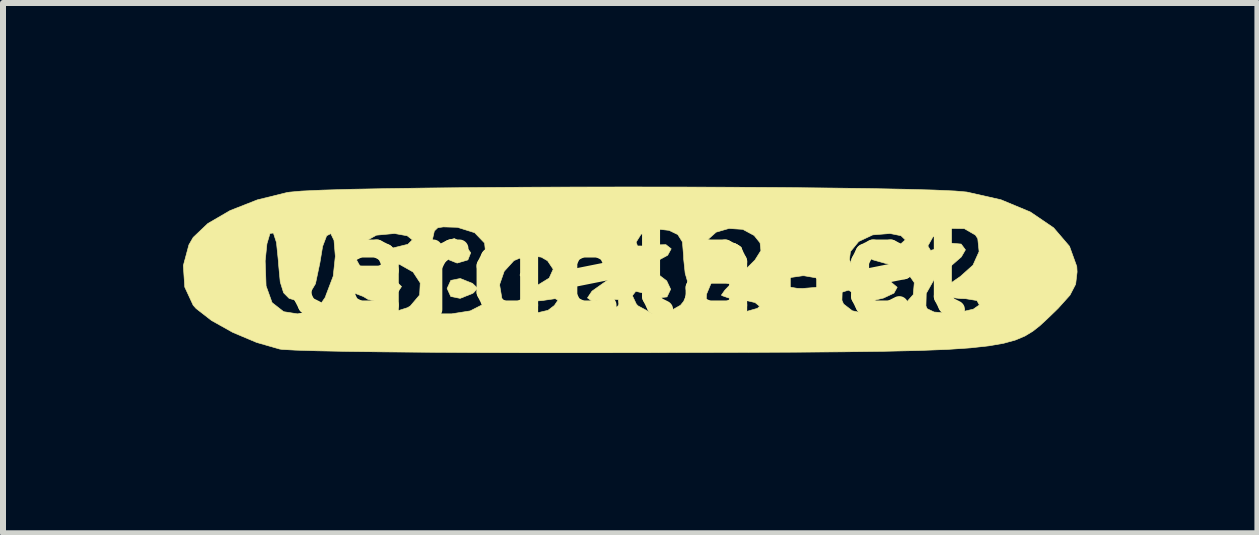
<source format=kicad_pcb>
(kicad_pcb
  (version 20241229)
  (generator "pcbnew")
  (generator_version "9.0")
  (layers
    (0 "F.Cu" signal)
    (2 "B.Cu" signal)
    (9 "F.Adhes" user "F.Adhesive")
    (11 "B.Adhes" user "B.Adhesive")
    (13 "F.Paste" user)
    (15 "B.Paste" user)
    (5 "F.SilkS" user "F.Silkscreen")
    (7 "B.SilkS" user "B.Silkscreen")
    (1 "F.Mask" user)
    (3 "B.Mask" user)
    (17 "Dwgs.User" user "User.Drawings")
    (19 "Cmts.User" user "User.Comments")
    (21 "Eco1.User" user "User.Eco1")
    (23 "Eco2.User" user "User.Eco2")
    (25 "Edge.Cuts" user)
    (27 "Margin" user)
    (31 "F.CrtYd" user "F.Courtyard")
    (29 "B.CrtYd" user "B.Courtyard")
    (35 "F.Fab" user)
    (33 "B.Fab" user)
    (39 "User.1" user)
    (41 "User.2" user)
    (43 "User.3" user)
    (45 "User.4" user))
  (footprint "largelabel"
    (layer "F.Cu")
    (at 7.364 1.418)
    (property "Reference" "largelabel" (at 0 0 0) (layer "F.SilkS") (effects (font (size 1.524 1.524) (thickness 0.3))))
    (attr through_hole)
    (fp_poly (pts (xy -1.553 0.052) (xy -1.566 0.085) (xy -1.678 0.166) (xy -1.703 0.169) (xy -1.749 0.117) (xy -1.736 0.085) (xy -1.624 0.003) (xy -1.599 0) (xy -1.553 0.052)) (stroke (width 0.01) (type solid)) (fill yes) (layer "F.SilkS"))
    (fp_poly (pts (xy -0.457 0.042) (xy -0.466 0.085) (xy -0.588 0.162) (xy -0.645 0.169) (xy -0.729 0.127) (xy -0.72 0.085) (xy -0.598 0.008) (xy -0.54 0) (xy -0.457 0.042)) (stroke (width 0.01) (type solid)) (fill yes) (layer "F.SilkS"))
    (fp_poly (pts (xy -2.67 -0.394) (xy -2.57 -0.256) (xy -2.617 -0.137) (xy -2.792 -0.085) (xy -2.799 -0.085) (xy -2.929 -0.137) (xy -2.963 -0.296) (xy -2.936 -0.467) (xy -2.841 -0.493) (xy -2.67 -0.394)) (stroke (width 0.01) (type solid)) (fill yes) (layer "F.SilkS"))
    (fp_poly (pts (xy -2.54 0.255) (xy -2.456 0.335) (xy -2.523 0.411) (xy -2.54 0.422) (xy -2.746 0.504) (xy -2.902 0.473) (xy -2.963 0.339) (xy -2.901 0.204) (xy -2.744 0.173) (xy -2.54 0.255)) (stroke (width 0.01) (type solid)) (fill yes) (layer "F.SilkS"))
    (fp_poly (pts (xy 0.937 -1.351) (xy 1.796 -1.348) (xy 2.618 -1.343) (xy 3.384 -1.335) (xy 4.074 -1.326) (xy 4.67 -1.314) (xy 5.153 -1.301) (xy 5.504 -1.285) (xy 5.697 -1.268) (xy 6.267 -1.139) (xy 6.757 -0.935) (xy 7.144 -0.672) (xy 7.408 -0.364) (xy 7.53 -0.027) (xy 7.535 0.063) (xy 7.511 0.268) (xy 7.416 0.451) (xy 7.221 0.668) (xy 7.165 0.723) (xy 7.034 0.849) (xy 6.915 0.959) (xy 6.797 1.052) (xy 6.665 1.132) (xy 6.508 1.198) (xy 6.313 1.252) (xy 6.067 1.295) (xy 5.758 1.329) (xy 5.373 1.355) (xy 4.899 1.373) (xy 4.324 1.386) (xy 3.634 1.395) (xy 2.818 1.401) (xy 1.863 1.404) (xy 0.756 1.407) (xy 0.296 1.409) (xy -0.679 1.41) (xy -1.613 1.41) (xy -2.49 1.407) (xy -3.294 1.402) (xy -4.012 1.396) (xy -4.627 1.388) (xy -5.125 1.378) (xy -5.49 1.367) (xy -5.708 1.355) (xy -5.753 1.349) (xy -6.139 1.238) (xy -6.535 1.071) (xy -6.889 0.873) (xy -7.146 0.673) (xy -7.195 0.618) (xy -7.335 0.316) (xy -7.359 -0.042) (xy -7.338 -0.12) (xy -5.995 -0.12) (xy -5.98 0.297) (xy -5.88 0.575) (xy -5.687 0.726) (xy -5.458 0.762) (xy -5.234 0.732) (xy -5.079 0.611) (xy -4.994 0.487) (xy -4.98 0.447) (xy -4.632 0.447) (xy -4.614 0.574) (xy -4.569 0.639) (xy -4.404 0.727) (xy -4.147 0.759) (xy -3.864 0.736) (xy -3.622 0.659) (xy -3.575 0.63) (xy -3.421 0.448) (xy -3.411 0.247) (xy -3.53 0.065) (xy -3.57 0.042) (xy -3.217 0.042) (xy -3.217 0.762) (xy -2.888 0.762) (xy -2.578 0.713) (xy -2.362 0.603) (xy -2.229 0.466) (xy -2.223 0.329) (xy -2.244 0.275) (xy -2.089 0.275) (xy -2.051 0.502) (xy -1.987 0.596) (xy -1.781 0.722) (xy -1.521 0.759) (xy -1.281 0.703) (xy -1.175 0.622) (xy -1.116 0.534) (xy -1.162 0.509) (xy -1.342 0.535) (xy -1.369 0.54) (xy -1.616 0.558) (xy -1.726 0.511) (xy -1.687 0.419) (xy -1.686 0.419) (xy -0.997 0.419) (xy -0.878 0.633) (xy -0.71 0.719) (xy -0.483 0.746) (xy -0.263 0.717) (xy -0.119 0.634) (xy -0.101 0.601) (xy -0.111 0.525) (xy -0.237 0.519) (xy -0.324 0.535) (xy -0.548 0.552) (xy -0.624 0.496) (xy -0.599 0.459) (xy 0.124 0.459) (xy 0.19 0.599) (xy 0.217 0.628) (xy 0.444 0.75) (xy 0.703 0.745) (xy 0.926 0.619) (xy 0.979 0.554) (xy 1.06 0.362) (xy 1.048 0.237) (xy 1.004 0.086) (xy 0.979 -0.15) (xy 0.977 -0.209) (xy 0.963 -0.378) (xy 1.355 -0.378) (xy 1.406 -0.267) (xy 1.514 -0.28) (xy 1.566 -0.339) (xy 1.682 -0.413) (xy 1.833 -0.413) (xy 1.937 -0.347) (xy 1.947 -0.306) (xy 1.885 -0.187) (xy 1.728 -0.026) (xy 1.651 0.037) (xy 1.443 0.235) (xy 1.36 0.434) (xy 1.355 0.517) (xy 1.362 0.664) (xy 1.412 0.736) (xy 1.548 0.756) (xy 1.799 0.745) (xy 2.048 0.716) (xy 2.209 0.67) (xy 2.244 0.635) (xy 2.169 0.574) (xy 2.007 0.536) (xy 3.616 0.536) (xy 3.643 0.598) (xy 3.789 0.711) (xy 4.032 0.762) (xy 4.312 0.749) (xy 4.568 0.671) (xy 4.637 0.631) (xy 5.016 0.631) (xy 5.037 0.677) (xy 5.153 0.732) (xy 5.364 0.748) (xy 5.603 0.731) (xy 5.806 0.684) (xy 5.906 0.614) (xy 5.906 0.614) (xy 5.866 0.54) (xy 5.675 0.509) (xy 5.598 0.508) (xy 5.367 0.481) (xy 5.296 0.404) (xy 5.386 0.28) (xy 5.59 0.139) (xy 5.8 -0.049) (xy 5.902 -0.276) (xy 5.88 -0.491) (xy 5.841 -0.551) (xy 5.656 -0.658) (xy 5.413 -0.662) (xy 5.188 -0.569) (xy 5.13 -0.516) (xy 5.048 -0.369) (xy 5.093 -0.295) (xy 5.237 -0.333) (xy 5.253 -0.343) (xy 5.443 -0.415) (xy 5.603 -0.401) (xy 5.673 -0.307) (xy 5.673 -0.303) (xy 5.606 -0.187) (xy 5.44 -0.042) (xy 5.376 0.000088) (xy 5.148 0.197) (xy 5.021 0.422) (xy 5.016 0.631) (xy 4.637 0.631) (xy 4.638 0.63) (xy 4.805 0.441) (xy 4.822 0.242) (xy 4.7 0.066) (xy 4.453 -0.055) (xy 4.357 -0.075) (xy 4.126 -0.14) (xy 4.061 -0.218) (xy 4.161 -0.293) (xy 4.36 -0.339) (xy 4.59 -0.397) (xy 4.672 -0.471) (xy 4.601 -0.54) (xy 4.418 -0.577) (xy 4.13 -0.554) (xy 3.896 -0.444) (xy 3.758 -0.275) (xy 3.741 -0.143) (xy 3.804 -0.009) (xy 3.972 0.084) (xy 4.144 0.133) (xy 4.423 0.224) (xy 4.537 0.319) (xy 4.483 0.417) (xy 4.308 0.499) (xy 4.096 0.55) (xy 3.952 0.51) (xy 3.886 0.458) (xy 3.724 0.367) (xy 3.62 0.401) (xy 3.616 0.536) (xy 2.007 0.536) (xy 1.983 0.53) (xy 1.926 0.524) (xy 1.722 0.495) (xy 1.614 0.457) (xy 1.609 0.448) (xy 1.666 0.367) (xy 1.794 0.233) (xy 2.646 0.233) (xy 2.685 0.306) (xy 2.872 0.337) (xy 2.963 0.339) (xy 3.2 0.32) (xy 3.284 0.26) (xy 3.281 0.233) (xy 3.181 0.161) (xy 2.984 0.127) (xy 2.963 0.127) (xy 2.762 0.156) (xy 2.649 0.225) (xy 2.646 0.233) (xy 1.794 0.233) (xy 1.813 0.213) (xy 1.947 0.085) (xy 2.168 -0.136) (xy 2.266 -0.292) (xy 2.252 -0.421) (xy 2.153 -0.544) (xy 1.964 -0.646) (xy 1.734 -0.661) (xy 1.52 -0.599) (xy 1.38 -0.474) (xy 1.355 -0.378) (xy 0.963 -0.378) (xy 0.958 -0.437) (xy 0.881 -0.559) (xy 0.736 -0.629) (xy 0.472 -0.659) (xy 0.268 -0.563) (xy 0.187 -0.433) (xy 0.209 -0.369) (xy 0.356 -0.368) (xy 0.457 -0.385) (xy 0.683 -0.391) (xy 0.771 -0.322) (xy 0.712 -0.214) (xy 0.529 -0.115) (xy 0.296 -0.027) (xy 0.529 0.085) (xy 0.696 0.212) (xy 0.762 0.352) (xy 0.701 0.48) (xy 0.536 0.498) (xy 0.338 0.423) (xy 0.181 0.386) (xy 0.124 0.459) (xy -0.599 0.459) (xy -0.549 0.384) (xy -0.381 0.265) (xy -0.16 0.109) (xy -0.096 -0.016) (xy -0.184 -0.127) (xy -0.248 -0.166) (xy -0.513 -0.248) (xy -0.742 -0.174) (xy -0.847 -0.085) (xy -0.989 0.156) (xy -0.997 0.419) (xy -1.686 0.419) (xy -1.49 0.305) (xy -1.485 0.303) (xy -1.262 0.166) (xy -1.195 0.018) (xy -1.29 -0.123) (xy -1.394 -0.183) (xy -1.633 -0.217) (xy -1.85 -0.125) (xy -2.012 0.053) (xy -2.089 0.275) (xy -2.244 0.275) (xy -2.259 0.237) (xy -2.318 -0.003) (xy -2.313 -0.178) (xy -2.339 -0.418) (xy -2.504 -0.59) (xy -2.791 -0.68) (xy -3.027 -0.687) (xy -3.119 -0.673) (xy -3.176 -0.618) (xy -3.205 -0.489) (xy -3.216 -0.253) (xy -3.217 0.042) (xy -3.57 0.042) (xy -3.758 -0.064) (xy -3.918 -0.099) (xy -4.107 -0.151) (xy -4.14 -0.226) (xy -4.024 -0.3) (xy -3.852 -0.339) (xy -3.617 -0.397) (xy -3.542 -0.471) (xy -3.628 -0.539) (xy -3.839 -0.577) (xy -4.141 -0.549) (xy -4.363 -0.426) (xy -4.469 -0.234) (xy -4.47 -0.132) (xy -4.397 0.001) (xy -4.202 0.097) (xy -4.081 0.13) (xy -3.818 0.215) (xy -3.723 0.307) (xy -3.791 0.412) (xy -3.93 0.494) (xy -4.121 0.561) (xy -4.279 0.522) (xy -4.36 0.473) (xy -4.536 0.405) (xy -4.632 0.447) (xy -4.98 0.447) (xy -4.861 0.134) (xy -4.826 -0.198) (xy -4.848 -0.464) (xy -4.902 -0.575) (xy -4.971 -0.539) (xy -5.038 -0.362) (xy -5.083 -0.09) (xy -5.157 0.261) (xy -5.286 0.477) (xy -5.462 0.544) (xy -5.596 0.504) (xy -5.688 0.411) (xy -5.744 0.231) (xy -5.773 -0.076) (xy -5.774 -0.107) (xy -5.807 -0.428) (xy -5.858 -0.585) (xy -5.915 -0.578) (xy -5.966 -0.405) (xy -5.995 -0.12) (xy -7.338 -0.12) (xy -7.266 -0.388) (xy -7.195 -0.511) (xy -6.951 -0.743) (xy -6.58 -0.959) (xy -6.127 -1.137) (xy -5.633 -1.259) (xy -5.588 -1.266) (xy -5.387 -1.284) (xy -5.036 -1.3) (xy -4.552 -1.314) (xy -3.956 -1.325) (xy -3.266 -1.335) (xy -2.501 -1.342) (xy -1.679 -1.348) (xy -0.819 -1.351) (xy 0.059 -1.352) (xy 0.937 -1.351)) (stroke (width 0.01) (type solid)) (fill yes) (layer "F.SilkS")))
  (gr_rect
    (start -3 -3)
    (end 17.904 5.836)
    (stroke (width 0.1) (type default))
    (fill no)
    (layer "Edge.Cuts")))
</source>
